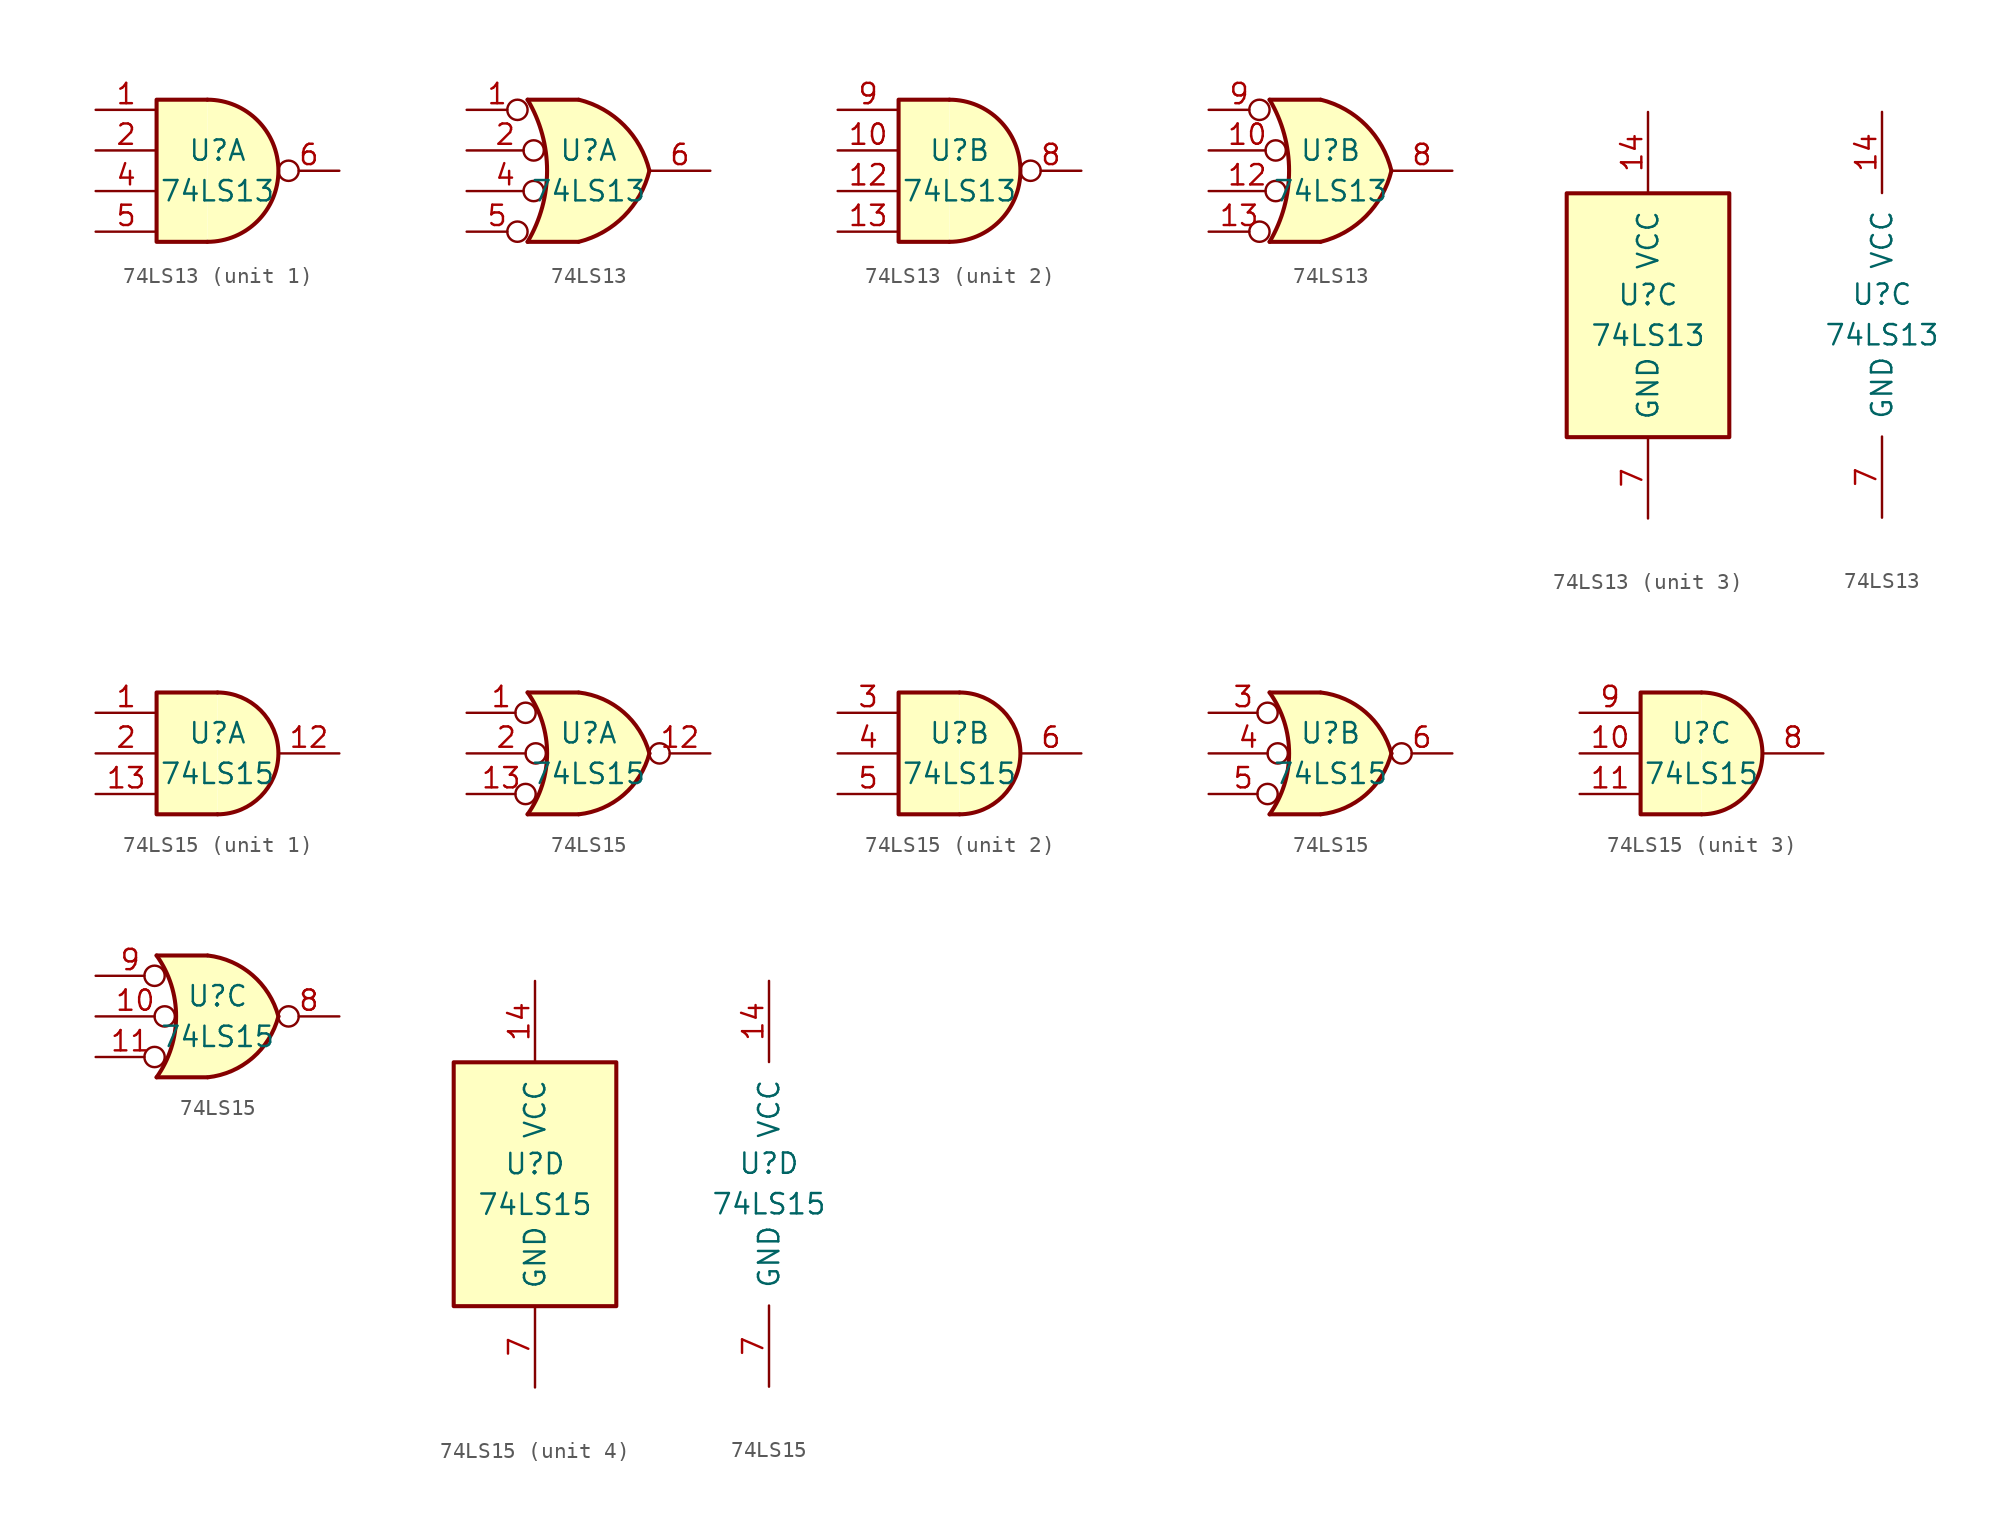
<source format=kicad_sym>
(kicad_symbol_lib
  (version 20201005)
  (generator kicad_symbol_editor)
  (symbol "74LS13"
    (pin_names
      (offset 1.016))
    (property "Reference" "U"
      (at 0 1.27 0)
      (effects (font (size 1.27 1.27))))
    (property "Value" "74LS13"
      (at 0 -1.27 0)
      (effects (font (size 1.27 1.27))))
    (property "ki_locked" ""
      (at 0 0 0)
      (effects (font (size 1.27 1.27))))
    (symbol "74LS13_1_1"
      (arc (start -0.635 -4.445) (end -0.635 4.445) (radius (at -0.635 0) (length 4.445) (angles -89.9 89.9)) (stroke (width 0.254)) (fill (type background)))
      (polyline (pts (xy -0.635 4.445) (xy -3.81 4.445) (xy -3.81 -4.445) (xy -0.635 -4.445)) (stroke (width 0.254)) (fill (type background)))
      (pin input line (at -7.62 3.81 0) (length 3.81) (name "~" (effects (font (size 1.27 1.27)))) (number "1" (effects (font (size 1.27 1.27)))))
      (pin input line (at -7.62 1.27 0) (length 3.81) (name "~" (effects (font (size 1.27 1.27)))) (number "2" (effects (font (size 1.27 1.27)))))
      (pin input line (at -7.62 -1.27 0) (length 3.81) (name "~" (effects (font (size 1.27 1.27)))) (number "4" (effects (font (size 1.27 1.27)))))
      (pin input line (at -7.62 -3.81 0) (length 3.81) (name "~" (effects (font (size 1.27 1.27)))) (number "5" (effects (font (size 1.27 1.27)))))
      (pin output inverted (at 7.62 0 180) (length 3.81) (name "~" (effects (font (size 1.27 1.27)))) (number "6" (effects (font (size 1.27 1.27))))))
    (symbol "74LS13_1_2"
      (arc (start -3.81 4.445) (end -3.81 -4.445) (radius (at -11.303 0) (length 8.7122) (angles 30.6 -30.6)) (stroke (width 0.254)) (fill (type none)))
      (arc (start 3.81 0) (end -0.6096 4.445) (radius (at -2.0574 -1.4224) (length 6.0452) (angles 13.7 76.8)) (stroke (width 0.254)) (fill (type background)))
      (arc (start 3.81 0) (end -0.6096 -4.445) (radius (at -2.0574 1.4224) (length 6.0452) (angles -13.7 -76.8)) (stroke (width 0.254)) (fill (type background)))
      (polyline (pts (xy -3.81 -4.445) (xy -0.635 -4.445)) (stroke (width 0.254)) (fill (type background)))
      (polyline (pts (xy -3.81 4.445) (xy -0.635 4.445)) (stroke (width 0.254)) (fill (type background)))
      (polyline (pts (xy -0.635 4.445) (xy -3.81 4.445) (xy -3.81 4.445) (xy -3.632 4.089) (xy -3.099 2.921) (xy -2.769 1.676) (xy -2.616 0.432) (xy -2.642 -0.864) (xy -2.87 -2.108) (xy -3.251 -3.327) (xy -3.81 -4.445) (xy -3.81 -4.445) (xy -0.635 -4.445)) (stroke (width -25.4)) (fill (type background)))
      (pin input inverted (at -7.62 3.81 0) (length 3.81) (name "~" (effects (font (size 1.27 1.27)))) (number "1" (effects (font (size 1.27 1.27)))))
      (pin input inverted (at -7.62 1.27 0) (length 4.826) (name "~" (effects (font (size 1.27 1.27)))) (number "2" (effects (font (size 1.27 1.27)))))
      (pin input inverted (at -7.62 -1.27 0) (length 4.826) (name "~" (effects (font (size 1.27 1.27)))) (number "4" (effects (font (size 1.27 1.27)))))
      (pin input inverted (at -7.62 -3.81 0) (length 3.81) (name "~" (effects (font (size 1.27 1.27)))) (number "5" (effects (font (size 1.27 1.27)))))
      (pin output line (at 7.62 0 180) (length 3.81) (name "~" (effects (font (size 1.27 1.27)))) (number "6" (effects (font (size 1.27 1.27))))))
    (symbol "74LS13_2_1"
      (arc (start -0.635 -4.445) (end -0.635 4.445) (radius (at -0.635 0) (length 4.445) (angles -89.9 89.9)) (stroke (width 0.254)) (fill (type background)))
      (polyline (pts (xy -0.635 4.445) (xy -3.81 4.445) (xy -3.81 -4.445) (xy -0.635 -4.445)) (stroke (width 0.254)) (fill (type background)))
      (pin input line (at -7.62 1.27 0) (length 3.81) (name "~" (effects (font (size 1.27 1.27)))) (number "10" (effects (font (size 1.27 1.27)))))
      (pin input line (at -7.62 -1.27 0) (length 3.81) (name "~" (effects (font (size 1.27 1.27)))) (number "12" (effects (font (size 1.27 1.27)))))
      (pin input line (at -7.62 -3.81 0) (length 3.81) (name "~" (effects (font (size 1.27 1.27)))) (number "13" (effects (font (size 1.27 1.27)))))
      (pin output inverted (at 7.62 0 180) (length 3.81) (name "~" (effects (font (size 1.27 1.27)))) (number "8" (effects (font (size 1.27 1.27)))))
      (pin input line (at -7.62 3.81 0) (length 3.81) (name "~" (effects (font (size 1.27 1.27)))) (number "9" (effects (font (size 1.27 1.27))))))
    (symbol "74LS13_2_2"
      (arc (start -3.81 4.445) (end -3.81 -4.445) (radius (at -11.303 0) (length 8.7122) (angles 30.6 -30.6)) (stroke (width 0.254)) (fill (type none)))
      (arc (start 3.81 0) (end -0.6096 4.445) (radius (at -2.0574 -1.4224) (length 6.0452) (angles 13.7 76.8)) (stroke (width 0.254)) (fill (type background)))
      (arc (start 3.81 0) (end -0.6096 -4.445) (radius (at -2.0574 1.4224) (length 6.0452) (angles -13.7 -76.8)) (stroke (width 0.254)) (fill (type background)))
      (polyline (pts (xy -3.81 -4.445) (xy -0.635 -4.445)) (stroke (width 0.254)) (fill (type background)))
      (polyline (pts (xy -3.81 4.445) (xy -0.635 4.445)) (stroke (width 0.254)) (fill (type background)))
      (polyline (pts (xy -0.635 4.445) (xy -3.81 4.445) (xy -3.81 4.445) (xy -3.632 4.089) (xy -3.099 2.921) (xy -2.769 1.676) (xy -2.616 0.432) (xy -2.642 -0.864) (xy -2.87 -2.108) (xy -3.251 -3.327) (xy -3.81 -4.445) (xy -3.81 -4.445) (xy -0.635 -4.445)) (stroke (width -25.4)) (fill (type background)))
      (pin input inverted (at -7.62 1.27 0) (length 4.826) (name "~" (effects (font (size 1.27 1.27)))) (number "10" (effects (font (size 1.27 1.27)))))
      (pin input inverted (at -7.62 -1.27 0) (length 4.826) (name "~" (effects (font (size 1.27 1.27)))) (number "12" (effects (font (size 1.27 1.27)))))
      (pin input inverted (at -7.62 -3.81 0) (length 3.81) (name "~" (effects (font (size 1.27 1.27)))) (number "13" (effects (font (size 1.27 1.27)))))
      (pin output line (at 7.62 0 180) (length 3.81) (name "~" (effects (font (size 1.27 1.27)))) (number "8" (effects (font (size 1.27 1.27)))))
      (pin input inverted (at -7.62 3.81 0) (length 3.81) (name "~" (effects (font (size 1.27 1.27)))) (number "9" (effects (font (size 1.27 1.27))))))
    (symbol "74LS13_3_0"
      (pin power_in line (at 0 12.7 270) (length 5.08) (name "VCC" (effects (font (size 1.27 1.27)))) (number "14" (effects (font (size 1.27 1.27)))))
      (pin power_in line (at 0 -12.7 90) (length 5.08) (name "GND" (effects (font (size 1.27 1.27)))) (number "7" (effects (font (size 1.27 1.27))))))
    (symbol "74LS13_3_1"
      (rectangle (start -5.08 7.62) (end 5.08 -7.62) (stroke (width 0.254)) (fill (type background)))))
  (symbol "74LS15"
    (pin_names
      (offset 1.016))
    (property "Reference" "U"
      (at 0 1.27 0)
      (effects (font (size 1.27 1.27))))
    (property "Value" "74LS15"
      (at 0 -1.27 0)
      (effects (font (size 1.27 1.27))))
    (property "ki_locked" ""
      (at 0 0 0)
      (effects (font (size 1.27 1.27))))
    (symbol "74LS15_1_1"
      (arc (start 0 -3.81) (end 0 3.81) (radius (at 0 0) (length 3.81) (angles -89.9 89.9)) (stroke (width 0.254)) (fill (type background)))
      (polyline (pts (xy 0 3.81) (xy -3.81 3.81) (xy -3.81 -3.81) (xy 0 -3.81)) (stroke (width 0.254)) (fill (type background)))
      (pin input line (at -7.62 2.54 0) (length 3.81) (name "~" (effects (font (size 1.27 1.27)))) (number "1" (effects (font (size 1.27 1.27)))))
      (pin open_collector line (at 7.62 0 180) (length 3.81) (name "~" (effects (font (size 1.27 1.27)))) (number "12" (effects (font (size 1.27 1.27)))))
      (pin input line (at -7.62 -2.54 0) (length 3.81) (name "~" (effects (font (size 1.27 1.27)))) (number "13" (effects (font (size 1.27 1.27)))))
      (pin input line (at -7.62 0 0) (length 3.81) (name "~" (effects (font (size 1.27 1.27)))) (number "2" (effects (font (size 1.27 1.27))))))
    (symbol "74LS15_1_2"
      (arc (start -3.81 3.81) (end -3.81 -3.81) (radius (at -9.144 0) (length 6.5532) (angles 35.4 -35.4)) (stroke (width 0.254)) (fill (type none)))
      (arc (start 3.81 0) (end -0.6096 3.81) (radius (at -1.1938 -1.3208) (length 5.1816) (angles 15 83.7)) (stroke (width 0.254)) (fill (type background)))
      (arc (start 3.81 0) (end -0.6096 -3.81) (radius (at -1.1938 1.3208) (length 5.1816) (angles -15 -83.7)) (stroke (width 0.254)) (fill (type background)))
      (polyline (pts (xy -3.81 -3.81) (xy -0.635 -3.81)) (stroke (width 0.254)) (fill (type background)))
      (polyline (pts (xy -3.81 3.81) (xy -0.635 3.81)) (stroke (width 0.254)) (fill (type background)))
      (polyline (pts (xy -0.635 3.81) (xy -3.81 3.81) (xy -3.81 3.81) (xy -3.556 3.404) (xy -3.023 2.261) (xy -2.692 1.041) (xy -2.616 -0.254) (xy -2.769 -1.499) (xy -3.175 -2.718) (xy -3.81 -3.81) (xy -3.81 -3.81) (xy -0.635 -3.81)) (stroke (width -25.4)) (fill (type background)))
      (pin input inverted (at -7.62 2.54 0) (length 4.318) (name "~" (effects (font (size 1.27 1.27)))) (number "1" (effects (font (size 1.27 1.27)))))
      (pin open_collector inverted (at 7.62 0 180) (length 3.81) (name "~" (effects (font (size 1.27 1.27)))) (number "12" (effects (font (size 1.27 1.27)))))
      (pin input inverted (at -7.62 -2.54 0) (length 4.318) (name "~" (effects (font (size 1.27 1.27)))) (number "13" (effects (font (size 1.27 1.27)))))
      (pin input inverted (at -7.62 0 0) (length 4.953) (name "~" (effects (font (size 1.27 1.27)))) (number "2" (effects (font (size 1.27 1.27))))))
    (symbol "74LS15_2_1"
      (arc (start 0 -3.81) (end 0 3.81) (radius (at 0 0) (length 3.81) (angles -89.9 89.9)) (stroke (width 0.254)) (fill (type background)))
      (polyline (pts (xy 0 3.81) (xy -3.81 3.81) (xy -3.81 -3.81) (xy 0 -3.81)) (stroke (width 0.254)) (fill (type background)))
      (pin input line (at -7.62 2.54 0) (length 3.81) (name "~" (effects (font (size 1.27 1.27)))) (number "3" (effects (font (size 1.27 1.27)))))
      (pin input line (at -7.62 0 0) (length 3.81) (name "~" (effects (font (size 1.27 1.27)))) (number "4" (effects (font (size 1.27 1.27)))))
      (pin input line (at -7.62 -2.54 0) (length 3.81) (name "~" (effects (font (size 1.27 1.27)))) (number "5" (effects (font (size 1.27 1.27)))))
      (pin open_collector line (at 7.62 0 180) (length 3.81) (name "~" (effects (font (size 1.27 1.27)))) (number "6" (effects (font (size 1.27 1.27))))))
    (symbol "74LS15_2_2"
      (arc (start -3.81 3.81) (end -3.81 -3.81) (radius (at -9.144 0) (length 6.5532) (angles 35.4 -35.4)) (stroke (width 0.254)) (fill (type none)))
      (arc (start 3.81 0) (end -0.6096 3.81) (radius (at -1.1938 -1.3208) (length 5.1816) (angles 15 83.7)) (stroke (width 0.254)) (fill (type background)))
      (arc (start 3.81 0) (end -0.6096 -3.81) (radius (at -1.1938 1.3208) (length 5.1816) (angles -15 -83.7)) (stroke (width 0.254)) (fill (type background)))
      (polyline (pts (xy -3.81 -3.81) (xy -0.635 -3.81)) (stroke (width 0.254)) (fill (type background)))
      (polyline (pts (xy -3.81 3.81) (xy -0.635 3.81)) (stroke (width 0.254)) (fill (type background)))
      (polyline (pts (xy -0.635 3.81) (xy -3.81 3.81) (xy -3.81 3.81) (xy -3.556 3.404) (xy -3.023 2.261) (xy -2.692 1.041) (xy -2.616 -0.254) (xy -2.769 -1.499) (xy -3.175 -2.718) (xy -3.81 -3.81) (xy -3.81 -3.81) (xy -0.635 -3.81)) (stroke (width -25.4)) (fill (type background)))
      (pin input inverted (at -7.62 2.54 0) (length 4.318) (name "~" (effects (font (size 1.27 1.27)))) (number "3" (effects (font (size 1.27 1.27)))))
      (pin input inverted (at -7.62 0 0) (length 4.953) (name "~" (effects (font (size 1.27 1.27)))) (number "4" (effects (font (size 1.27 1.27)))))
      (pin input inverted (at -7.62 -2.54 0) (length 4.318) (name "~" (effects (font (size 1.27 1.27)))) (number "5" (effects (font (size 1.27 1.27)))))
      (pin open_collector inverted (at 7.62 0 180) (length 3.81) (name "~" (effects (font (size 1.27 1.27)))) (number "6" (effects (font (size 1.27 1.27))))))
    (symbol "74LS15_3_1"
      (arc (start 0 -3.81) (end 0 3.81) (radius (at 0 0) (length 3.81) (angles -89.9 89.9)) (stroke (width 0.254)) (fill (type background)))
      (polyline (pts (xy 0 3.81) (xy -3.81 3.81) (xy -3.81 -3.81) (xy 0 -3.81)) (stroke (width 0.254)) (fill (type background)))
      (pin input line (at -7.62 0 0) (length 3.81) (name "~" (effects (font (size 1.27 1.27)))) (number "10" (effects (font (size 1.27 1.27)))))
      (pin input line (at -7.62 -2.54 0) (length 3.81) (name "~" (effects (font (size 1.27 1.27)))) (number "11" (effects (font (size 1.27 1.27)))))
      (pin open_collector line (at 7.62 0 180) (length 3.81) (name "~" (effects (font (size 1.27 1.27)))) (number "8" (effects (font (size 1.27 1.27)))))
      (pin input line (at -7.62 2.54 0) (length 3.81) (name "~" (effects (font (size 1.27 1.27)))) (number "9" (effects (font (size 1.27 1.27))))))
    (symbol "74LS15_3_2"
      (arc (start -3.81 3.81) (end -3.81 -3.81) (radius (at -9.144 0) (length 6.5532) (angles 35.4 -35.4)) (stroke (width 0.254)) (fill (type none)))
      (arc (start 3.81 0) (end -0.6096 3.81) (radius (at -1.1938 -1.3208) (length 5.1816) (angles 15 83.7)) (stroke (width 0.254)) (fill (type background)))
      (arc (start 3.81 0) (end -0.6096 -3.81) (radius (at -1.1938 1.3208) (length 5.1816) (angles -15 -83.7)) (stroke (width 0.254)) (fill (type background)))
      (polyline (pts (xy -3.81 -3.81) (xy -0.635 -3.81)) (stroke (width 0.254)) (fill (type background)))
      (polyline (pts (xy -3.81 3.81) (xy -0.635 3.81)) (stroke (width 0.254)) (fill (type background)))
      (polyline (pts (xy -0.635 3.81) (xy -3.81 3.81) (xy -3.81 3.81) (xy -3.556 3.404) (xy -3.023 2.261) (xy -2.692 1.041) (xy -2.616 -0.254) (xy -2.769 -1.499) (xy -3.175 -2.718) (xy -3.81 -3.81) (xy -3.81 -3.81) (xy -0.635 -3.81)) (stroke (width -25.4)) (fill (type background)))
      (pin input inverted (at -7.62 0 0) (length 4.953) (name "~" (effects (font (size 1.27 1.27)))) (number "10" (effects (font (size 1.27 1.27)))))
      (pin input inverted (at -7.62 -2.54 0) (length 4.318) (name "~" (effects (font (size 1.27 1.27)))) (number "11" (effects (font (size 1.27 1.27)))))
      (pin open_collector inverted (at 7.62 0 180) (length 3.81) (name "~" (effects (font (size 1.27 1.27)))) (number "8" (effects (font (size 1.27 1.27)))))
      (pin input inverted (at -7.62 2.54 0) (length 4.318) (name "~" (effects (font (size 1.27 1.27)))) (number "9" (effects (font (size 1.27 1.27))))))
    (symbol "74LS15_4_0"
      (pin power_in line (at 0 12.7 270) (length 5.08) (name "VCC" (effects (font (size 1.27 1.27)))) (number "14" (effects (font (size 1.27 1.27)))))
      (pin power_in line (at 0 -12.7 90) (length 5.08) (name "GND" (effects (font (size 1.27 1.27)))) (number "7" (effects (font (size 1.27 1.27))))))
    (symbol "74LS15_4_1"
      (rectangle (start -5.08 7.62) (end 5.08 -7.62) (stroke (width 0.254)) (fill (type background))))))
</source>
